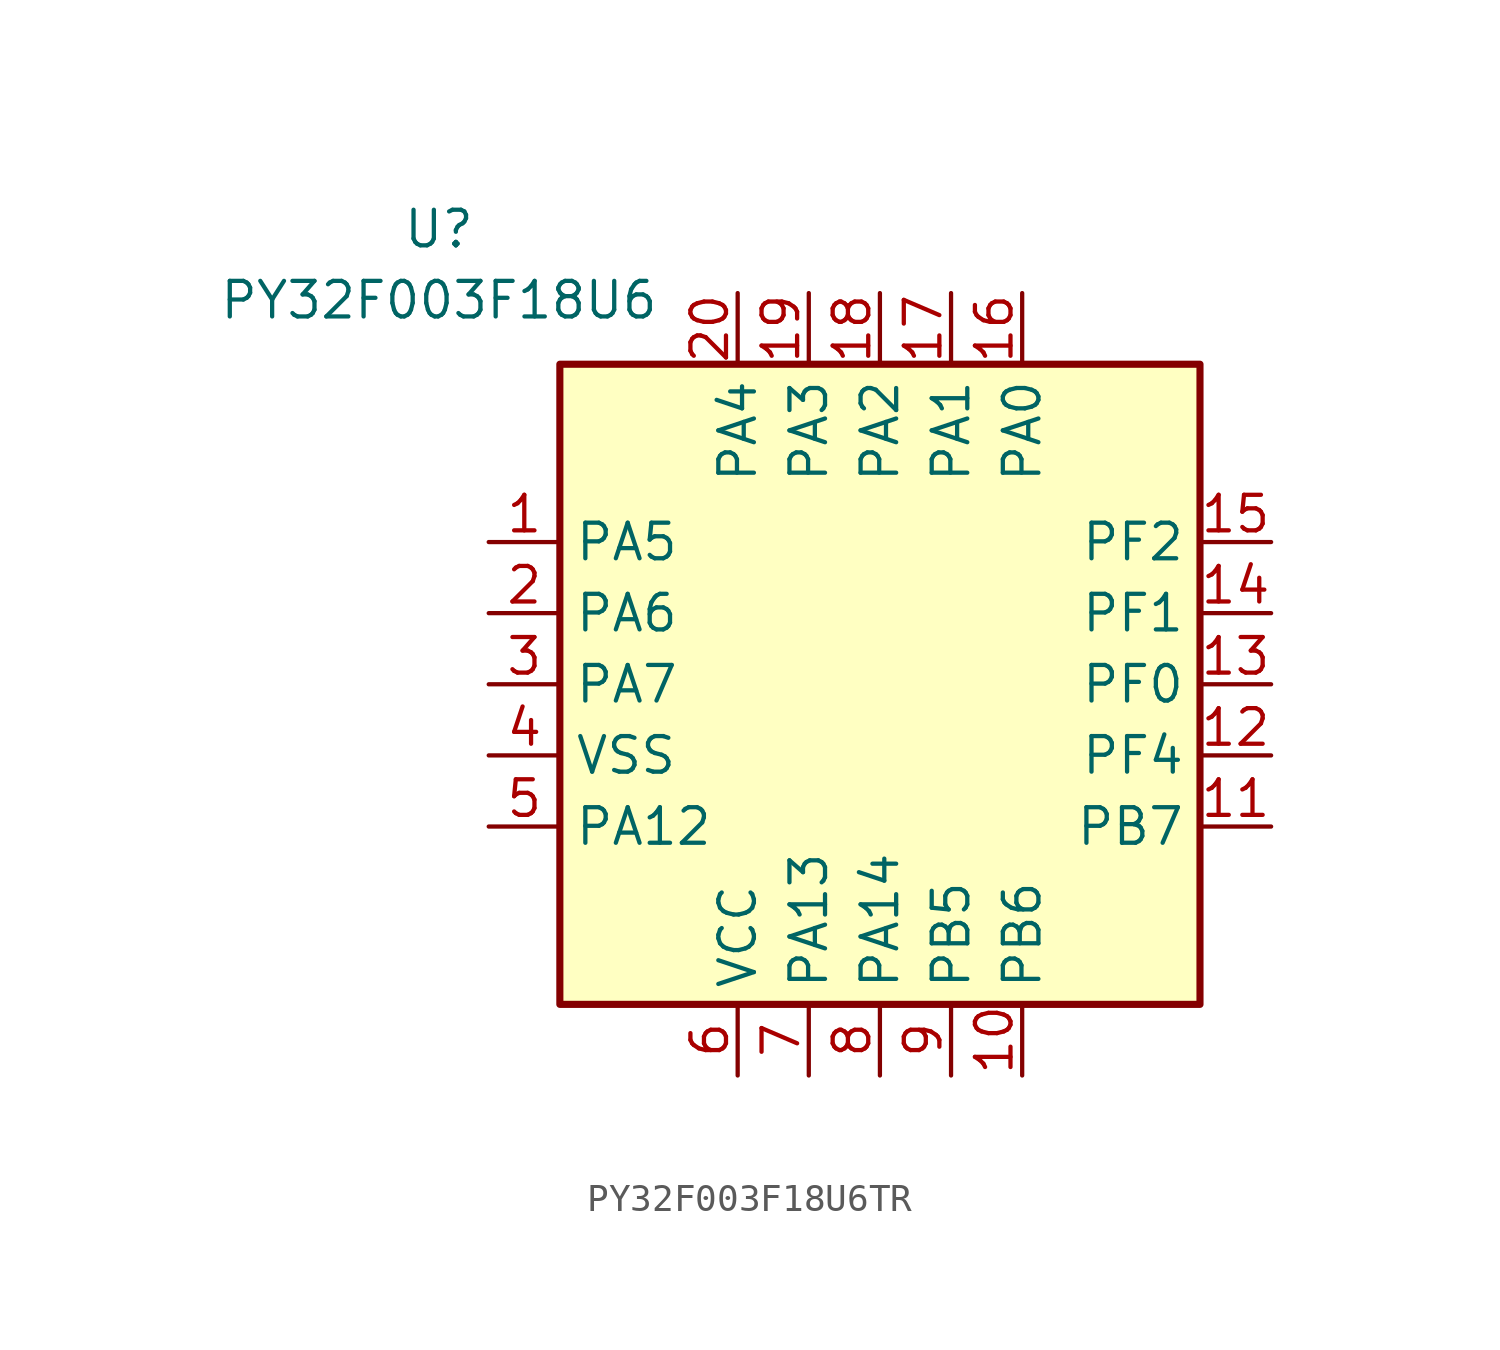
<source format=kicad_sym>
(kicad_symbol_lib
  (version 20241209)
  (generator "kicad_symbol_editor")
  (generator_version "9.0")
  (symbol "PY32F003F18U6TR"
    (property "Reference" "U"
      (at -15.748 16.256 0)
      (effects (font (size 1.27 1.27))))
    (property "Value" "PY32F003F18U6"
      (at -15.748 13.716 0)
      (effects (font (size 1.27 1.27))))
    (symbol "PY32F003F18U6TR_1_1"
      (rectangle (start -11.43 11.43) (end 11.43 -11.43) (stroke (width 0.254) (type default)) (fill (type background)))
      (pin bidirectional line (at -13.97 5.08 0) (length 2.54) (name "PA5" (effects (font (size 1.27 1.27)))) (number "1" (effects (font (size 1.27 1.27)))))
      (pin bidirectional line (at -13.97 2.54 0) (length 2.54) (name "PA6" (effects (font (size 1.27 1.27)))) (number "2" (effects (font (size 1.27 1.27)))))
      (pin bidirectional line (at -13.97 0 0) (length 2.54) (name "PA7" (effects (font (size 1.27 1.27)))) (number "3" (effects (font (size 1.27 1.27)))))
      (pin input line (at -13.97 -2.54 0) (length 2.54) (hide yes) (name "PAD" (effects (font (size 1.27 1.27)))) (number "21" (effects (font (size 1.27 1.27)))))
      (pin power_in line (at -13.97 -2.54 0) (length 2.54) (name "VSS" (effects (font (size 1.27 1.27)))) (number "4" (effects (font (size 1.27 1.27)))))
      (pin bidirectional line (at -13.97 -5.08 0) (length 2.54) (name "PA12" (effects (font (size 1.27 1.27)))) (number "5" (effects (font (size 1.27 1.27)))))
      (pin bidirectional line (at -5.08 13.97 270) (length 2.54) (name "PA4" (effects (font (size 1.27 1.27)))) (number "20" (effects (font (size 1.27 1.27)))))
      (pin power_in line (at -5.08 -13.97 90) (length 2.54) (name "VCC" (effects (font (size 1.27 1.27)))) (number "6" (effects (font (size 1.27 1.27)))))
      (pin bidirectional line (at -2.54 13.97 270) (length 2.54) (name "PA3" (effects (font (size 1.27 1.27)))) (number "19" (effects (font (size 1.27 1.27)))))
      (pin bidirectional line (at -2.54 -13.97 90) (length 2.54) (name "PA13" (effects (font (size 1.27 1.27)))) (number "7" (effects (font (size 1.27 1.27)))))
      (pin bidirectional line (at 0 13.97 270) (length 2.54) (name "PA2" (effects (font (size 1.27 1.27)))) (number "18" (effects (font (size 1.27 1.27)))))
      (pin bidirectional line (at 0 -13.97 90) (length 2.54) (name "PA14" (effects (font (size 1.27 1.27)))) (number "8" (effects (font (size 1.27 1.27)))))
      (pin bidirectional line (at 2.54 13.97 270) (length 2.54) (name "PA1" (effects (font (size 1.27 1.27)))) (number "17" (effects (font (size 1.27 1.27)))))
      (pin bidirectional line (at 2.54 -13.97 90) (length 2.54) (name "PB5" (effects (font (size 1.27 1.27)))) (number "9" (effects (font (size 1.27 1.27)))))
      (pin bidirectional line (at 5.08 13.97 270) (length 2.54) (name "PA0" (effects (font (size 1.27 1.27)))) (number "16" (effects (font (size 1.27 1.27)))))
      (pin bidirectional line (at 5.08 -13.97 90) (length 2.54) (name "PB6" (effects (font (size 1.27 1.27)))) (number "10" (effects (font (size 1.27 1.27)))))
      (pin bidirectional line (at 13.97 5.08 180) (length 2.54) (name "PF2" (effects (font (size 1.27 1.27)))) (number "15" (effects (font (size 1.27 1.27)))))
      (pin bidirectional line (at 13.97 2.54 180) (length 2.54) (name "PF1" (effects (font (size 1.27 1.27)))) (number "14" (effects (font (size 1.27 1.27)))))
      (pin bidirectional line (at 13.97 0 180) (length 2.54) (name "PF0" (effects (font (size 1.27 1.27)))) (number "13" (effects (font (size 1.27 1.27)))))
      (pin bidirectional line (at 13.97 -2.54 180) (length 2.54) (name "PF4" (effects (font (size 1.27 1.27)))) (number "12" (effects (font (size 1.27 1.27)))))
      (pin bidirectional line (at 13.97 -5.08 180) (length 2.54) (name "PB7" (effects (font (size 1.27 1.27)))) (number "11" (effects (font (size 1.27 1.27))))))))
</source>
